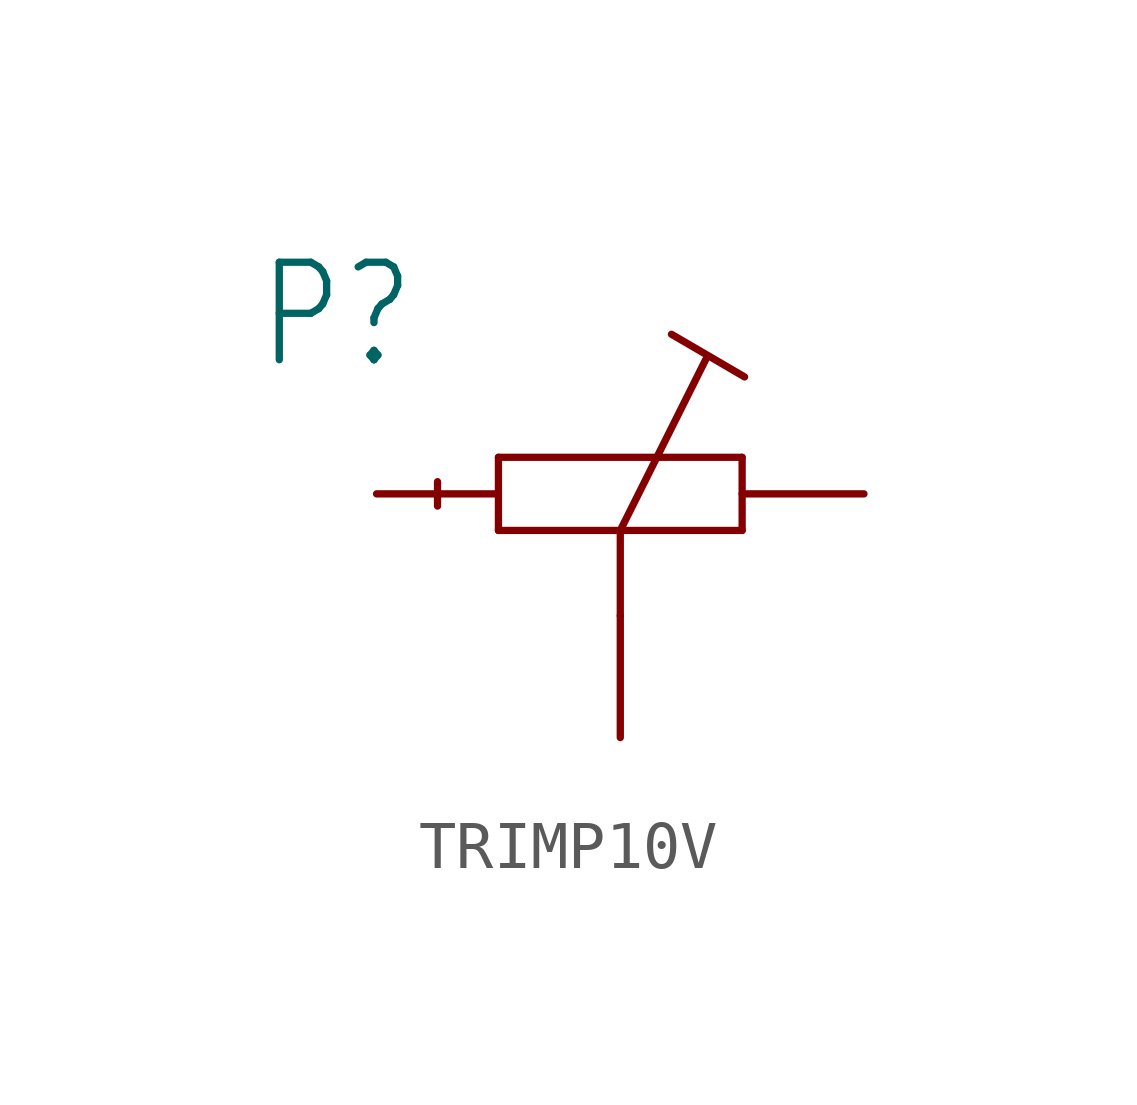
<source format=kicad_sym>
(kicad_symbol_lib
  (version 20241209)
  (generator "kicad_symbol_editor")
  (generator_version "9.0")
  (symbol "TRIMP10V"
    (property "Reference" "P"
      (at -7.62 2.54 0)
      (effects (font (size 2.032 1.727)) (justify left bottom)))
    (property "Value" ""
      (at -7.62 -5.08 0)
      (effects (font (size 2.032 1.727)) (justify left bottom)))
    (property "ki_locked" ""
      (at 0 0 0)
      (effects (font (size 1.27 1.27))))
    (symbol "TRIMP10V_1_0"
      (polyline (pts (xy -3.81 0.254) (xy -3.81 -0.254)) (stroke (width 0.152) (type solid)) (fill (type none)))
      (polyline (pts (xy -2.54 0.762) (xy -2.54 -0.762)) (stroke (width 0.152) (type solid)) (fill (type none)))
      (polyline (pts (xy -2.54 -0.762) (xy 0 -0.762)) (stroke (width 0.152) (type solid)) (fill (type none)))
      (polyline (pts (xy 0 -0.762) (xy 0 -2.54)) (stroke (width 0.152) (type solid)) (fill (type none)))
      (polyline (pts (xy 0 -0.762) (xy 1.778 2.794)) (stroke (width 0.152) (type solid)) (fill (type none)))
      (polyline (pts (xy 0 -0.762) (xy 2.54 -0.762)) (stroke (width 0.152) (type solid)) (fill (type none)))
      (polyline (pts (xy 2.54 0.762) (xy -2.54 0.762)) (stroke (width 0.152) (type solid)) (fill (type none)))
      (polyline (pts (xy 2.54 -0.762) (xy 2.54 0.762)) (stroke (width 0.152) (type solid)) (fill (type none)))
      (polyline (pts (xy 2.591 2.438) (xy 1.067 3.327)) (stroke (width 0.152) (type solid)) (fill (type none)))
      (pin passive line (at -5.08 0 0) (length 2.54) (name "A" (effects (font (size 0 0)))) (number "1" (effects (font (size 0 0)))))
      (pin passive line (at 0 -5.08 90) (length 2.54) (name "S" (effects (font (size 0 0)))) (number "2" (effects (font (size 0 0)))))
      (pin passive line (at 5.08 0 180) (length 2.54) (name "E" (effects (font (size 0 0)))) (number "3" (effects (font (size 0 0))))))))
</source>
